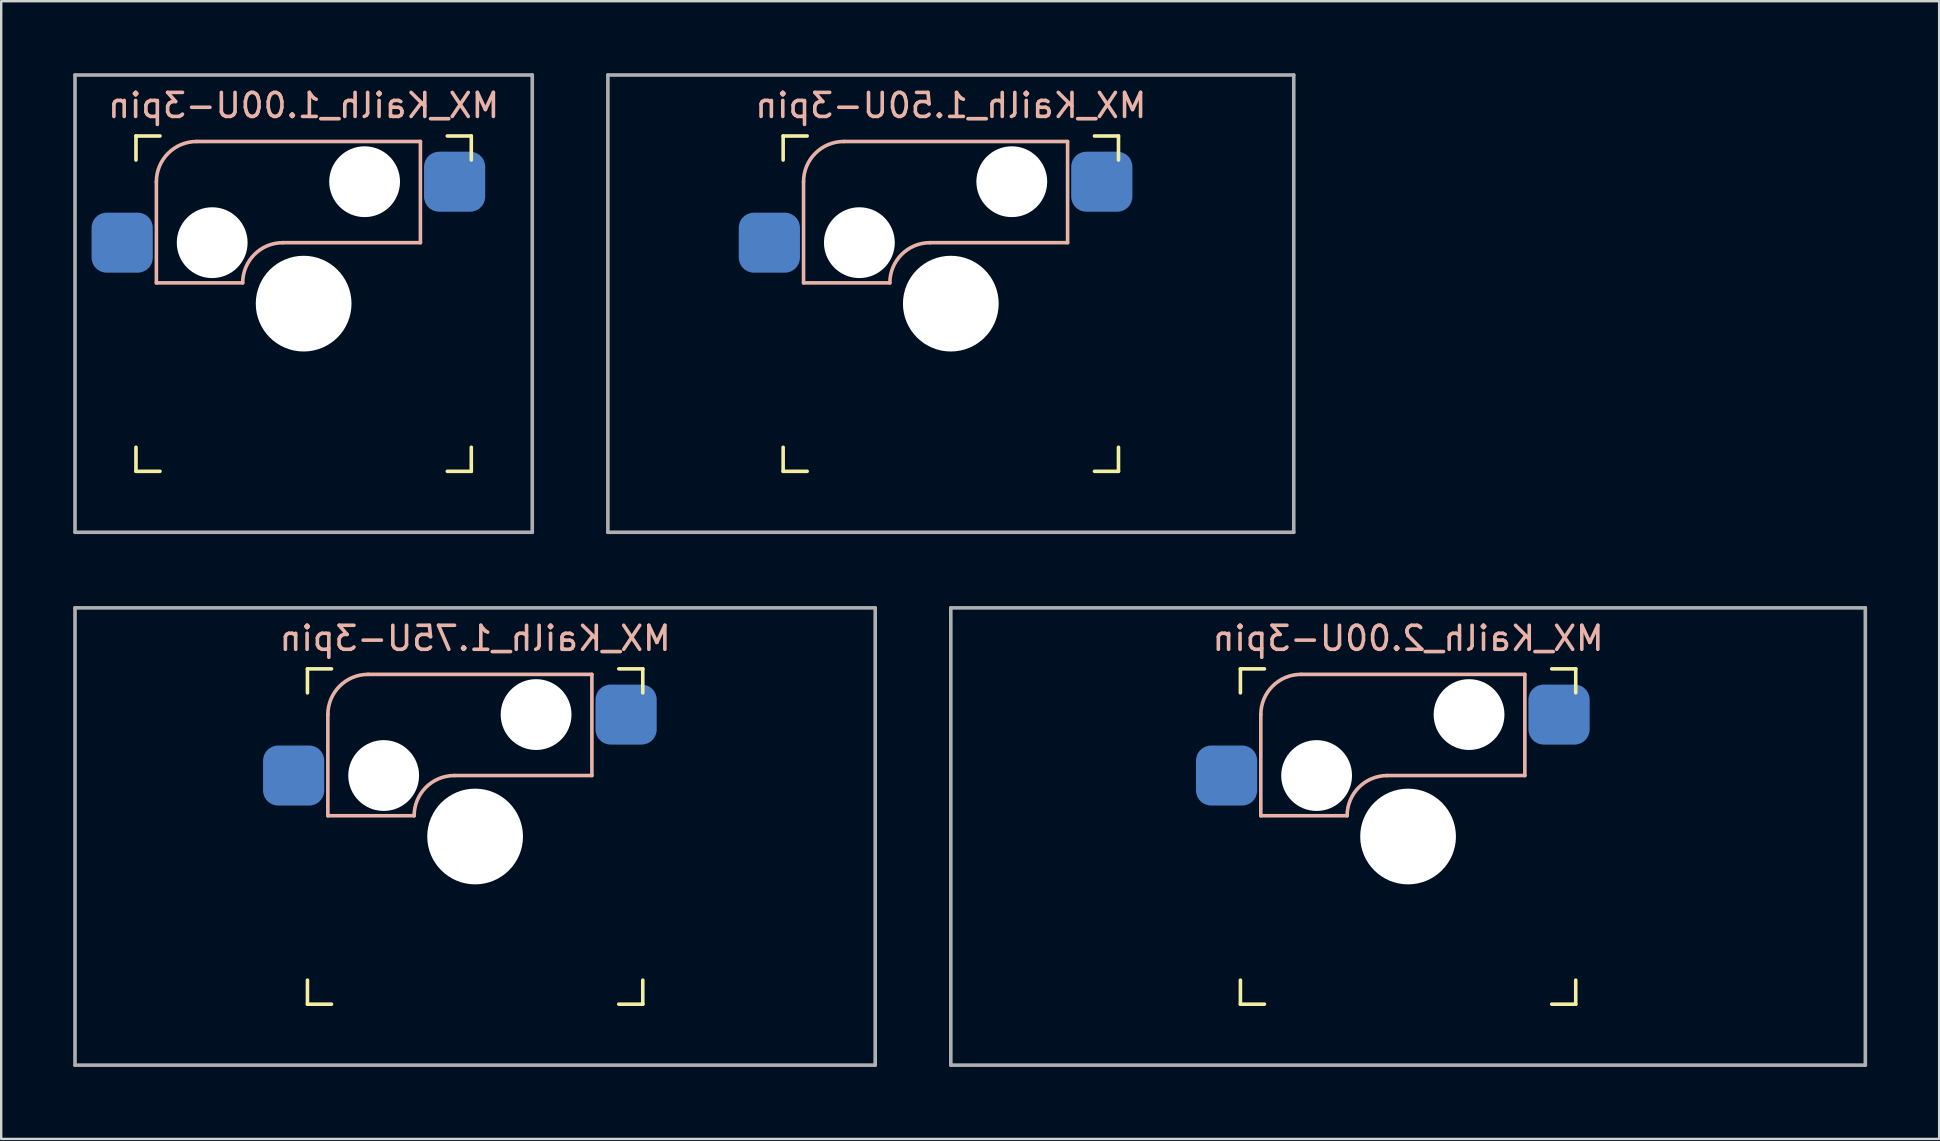
<source format=kicad_pcb>
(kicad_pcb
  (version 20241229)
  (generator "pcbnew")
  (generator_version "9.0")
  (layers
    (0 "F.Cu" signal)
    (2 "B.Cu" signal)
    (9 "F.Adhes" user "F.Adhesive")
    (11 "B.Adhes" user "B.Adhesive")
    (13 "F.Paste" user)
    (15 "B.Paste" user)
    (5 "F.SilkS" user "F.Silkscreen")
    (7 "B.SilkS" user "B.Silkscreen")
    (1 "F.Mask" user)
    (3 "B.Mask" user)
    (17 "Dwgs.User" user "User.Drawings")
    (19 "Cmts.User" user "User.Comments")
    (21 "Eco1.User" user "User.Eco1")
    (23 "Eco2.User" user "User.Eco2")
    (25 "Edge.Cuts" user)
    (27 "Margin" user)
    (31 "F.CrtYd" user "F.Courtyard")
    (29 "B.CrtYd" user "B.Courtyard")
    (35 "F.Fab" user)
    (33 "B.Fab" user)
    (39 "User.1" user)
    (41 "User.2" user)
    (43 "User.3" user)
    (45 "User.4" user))
  (footprint "MX_Kailh_1.00U-3pin"
    (layer "F.Cu")
    (at 9.6 9.6)
    (property "Reference" "MX_Kailh_1.00U-3pin" (at 0 -8.255 0) (layer "B.SilkS") (effects (font (size 1 1) (thickness 0.15)) (justify mirror)))
    (attr smd)
    (fp_line (start -6.985 -5.985) (end -6.985 -6.985) (stroke (width 0.15) (type solid)) (layer "F.SilkS"))
    (fp_line (start -6.985 6.985) (end -6.985 5.985) (stroke (width 0.15) (type solid)) (layer "F.SilkS"))
    (fp_line (start -6.985 6.985) (end -5.985 6.985) (stroke (width 0.15) (type solid)) (layer "F.SilkS"))
    (fp_line (start -5.985 -6.985) (end -6.985 -6.985) (stroke (width 0.15) (type solid)) (layer "F.SilkS"))
    (fp_line (start 5.985 6.985) (end 6.985 6.985) (stroke (width 0.15) (type solid)) (layer "F.SilkS"))
    (fp_line (start 6.985 -6.985) (end 5.985 -6.985) (stroke (width 0.15) (type solid)) (layer "F.SilkS"))
    (fp_line (start 6.985 -6.985) (end 6.985 -5.985) (stroke (width 0.15) (type solid)) (layer "F.SilkS"))
    (fp_line (start 6.985 5.985) (end 6.985 6.985) (stroke (width 0.15) (type solid)) (layer "F.SilkS"))
    (fp_line (start -6.135 -5.08) (end -6.135 -0.865) (stroke (width 0.15) (type solid)) (layer "B.SilkS"))
    (fp_line (start -6.135 -0.865) (end -2.54 -0.865) (stroke (width 0.15) (type solid)) (layer "B.SilkS"))
    (fp_line (start -4.46 -6.755) (end 4.865 -6.755) (stroke (width 0.15) (type solid)) (layer "B.SilkS"))
    (fp_line (start -0.865 -2.54) (end 4.865 -2.54) (stroke (width 0.15) (type solid)) (layer "B.SilkS"))
    (fp_line (start 4.865 -6.755) (end 4.865 -2.54) (stroke (width 0.15) (type solid)) (layer "B.SilkS"))
    (fp_arc (start -6.135 -5.08) (mid -5.644404 -6.264404) (end -4.46 -6.755) (stroke (width 0.15) (type solid)) (layer "B.SilkS"))
    (fp_arc (start -2.54 -0.865) (mid -2.049404 -2.049404) (end -0.865 -2.54) (stroke (width 0.15) (type solid)) (layer "B.SilkS"))
    (fp_line (start -6.985 6.985) (end -6.985 -6.985) (stroke (width 0.15) (type solid)) (layer "Eco2.User"))
    (fp_line (start -6.985 6.985) (end 6.985 6.985) (stroke (width 0.15) (type solid)) (layer "Eco2.User"))
    (fp_line (start 6.985 -6.985) (end -6.985 -6.985) (stroke (width 0.15) (type solid)) (layer "Eco2.User"))
    (fp_line (start 6.985 -6.985) (end 6.985 6.985) (stroke (width 0.15) (type solid)) (layer "Eco2.User"))
    (fp_line (start -9.525 -9.525) (end 9.525 -9.525) (stroke (width 0.15) (type solid)) (layer "F.Fab"))
    (fp_line (start -9.525 9.525) (end -9.525 -9.525) (stroke (width 0.15) (type solid)) (layer "F.Fab"))
    (fp_line (start 9.525 -9.525) (end 9.525 9.525) (stroke (width 0.15) (type solid)) (layer "F.Fab"))
    (fp_line (start 9.525 9.525) (end -9.525 9.525) (stroke (width 0.15) (type solid)) (layer "F.Fab"))
    (pad "" np_thru_hole circle (at -3.81 -2.54) (size 2.95 2.95) (drill 2.95) (layers "*.Cu" "*.Mask"))
    (pad "" np_thru_hole circle (at 0 0) (size 3.988 3.988) (drill 3.988) (layers "*.Cu" "*.Mask"))
    (pad "" np_thru_hole circle (at 2.54 -5.08) (size 2.95 2.95) (drill 2.95) (layers "*.Cu" "*.Mask"))
    (pad "1" smd roundrect (at 6.29 -5.08) (size 2.55 2.5) (layers "B.Cu" "B.Mask" "B.Paste") (roundrect_rratio 0.25))
    (pad "2" smd roundrect (at -7.56 -2.54) (size 2.55 2.5) (layers "B.Cu" "B.Mask" "B.Paste") (roundrect_rratio 0.25)))
  (footprint "MX_Kailh_1.75U-3pin"
    (layer "F.Cu")
    (at 16.744 31.8)
    (property "Reference" "MX_Kailh_1.75U-3pin" (at 0 -8.255 0) (layer "B.SilkS") (effects (font (size 1 1) (thickness 0.15)) (justify mirror)))
    (attr smd)
    (fp_line (start -6.985 -5.985) (end -6.985 -6.985) (stroke (width 0.15) (type solid)) (layer "F.SilkS"))
    (fp_line (start -6.985 6.985) (end -6.985 5.985) (stroke (width 0.15) (type solid)) (layer "F.SilkS"))
    (fp_line (start -6.985 6.985) (end -5.985 6.985) (stroke (width 0.15) (type solid)) (layer "F.SilkS"))
    (fp_line (start -5.985 -6.985) (end -6.985 -6.985) (stroke (width 0.15) (type solid)) (layer "F.SilkS"))
    (fp_line (start 5.985 6.985) (end 6.985 6.985) (stroke (width 0.15) (type solid)) (layer "F.SilkS"))
    (fp_line (start 6.985 -6.985) (end 5.985 -6.985) (stroke (width 0.15) (type solid)) (layer "F.SilkS"))
    (fp_line (start 6.985 -6.985) (end 6.985 -5.985) (stroke (width 0.15) (type solid)) (layer "F.SilkS"))
    (fp_line (start 6.985 5.985) (end 6.985 6.985) (stroke (width 0.15) (type solid)) (layer "F.SilkS"))
    (fp_line (start -6.135 -5.08) (end -6.135 -0.865) (stroke (width 0.15) (type solid)) (layer "B.SilkS"))
    (fp_line (start -6.135 -0.865) (end -2.54 -0.865) (stroke (width 0.15) (type solid)) (layer "B.SilkS"))
    (fp_line (start -4.46 -6.755) (end 4.865 -6.755) (stroke (width 0.15) (type solid)) (layer "B.SilkS"))
    (fp_line (start -0.865 -2.54) (end 4.865 -2.54) (stroke (width 0.15) (type solid)) (layer "B.SilkS"))
    (fp_line (start 4.865 -6.755) (end 4.865 -2.54) (stroke (width 0.15) (type solid)) (layer "B.SilkS"))
    (fp_arc (start -6.135 -5.08) (mid -5.644404 -6.264404) (end -4.46 -6.755) (stroke (width 0.15) (type solid)) (layer "B.SilkS"))
    (fp_arc (start -2.54 -0.865) (mid -2.049404 -2.049404) (end -0.865 -2.54) (stroke (width 0.15) (type solid)) (layer "B.SilkS"))
    (fp_line (start -6.985 6.985) (end -6.985 -6.985) (stroke (width 0.15) (type solid)) (layer "Eco2.User"))
    (fp_line (start -6.985 6.985) (end 6.985 6.985) (stroke (width 0.15) (type solid)) (layer "Eco2.User"))
    (fp_line (start 6.985 -6.985) (end -6.985 -6.985) (stroke (width 0.15) (type solid)) (layer "Eco2.User"))
    (fp_line (start 6.985 -6.985) (end 6.985 6.985) (stroke (width 0.15) (type solid)) (layer "Eco2.User"))
    (fp_line (start -16.669 -9.525) (end 16.669 -9.525) (stroke (width 0.15) (type solid)) (layer "F.Fab"))
    (fp_line (start -16.669 9.525) (end -16.669 -9.525) (stroke (width 0.15) (type solid)) (layer "F.Fab"))
    (fp_line (start 16.669 -9.525) (end 16.669 9.525) (stroke (width 0.15) (type solid)) (layer "F.Fab"))
    (fp_line (start 16.669 9.525) (end -16.669 9.525) (stroke (width 0.15) (type solid)) (layer "F.Fab"))
    (pad "" np_thru_hole circle (at -3.81 -2.54) (size 2.95 2.95) (drill 2.95) (layers "*.Cu" "*.Mask"))
    (pad "" np_thru_hole circle (at 0 0) (size 3.988 3.988) (drill 3.988) (layers "*.Cu" "*.Mask"))
    (pad "" np_thru_hole circle (at 2.54 -5.08) (size 2.95 2.95) (drill 2.95) (layers "*.Cu" "*.Mask"))
    (pad "1" smd roundrect (at 6.29 -5.08) (size 2.55 2.5) (layers "B.Cu" "B.Mask" "B.Paste") (roundrect_rratio 0.25))
    (pad "2" smd roundrect (at -7.56 -2.54) (size 2.55 2.5) (layers "B.Cu" "B.Mask" "B.Paste") (roundrect_rratio 0.25)))
  (footprint "MX_Kailh_2.00U-3pin"
    (layer "F.Cu")
    (at 55.612 31.8)
    (property "Reference" "MX_Kailh_2.00U-3pin" (at 0 -8.255 0) (layer "B.SilkS") (effects (font (size 1 1) (thickness 0.15)) (justify mirror)))
    (attr smd)
    (fp_line (start -6.985 -5.985) (end -6.985 -6.985) (stroke (width 0.15) (type solid)) (layer "F.SilkS"))
    (fp_line (start -6.985 6.985) (end -6.985 5.985) (stroke (width 0.15) (type solid)) (layer "F.SilkS"))
    (fp_line (start -6.985 6.985) (end -5.985 6.985) (stroke (width 0.15) (type solid)) (layer "F.SilkS"))
    (fp_line (start -5.985 -6.985) (end -6.985 -6.985) (stroke (width 0.15) (type solid)) (layer "F.SilkS"))
    (fp_line (start 5.985 6.985) (end 6.985 6.985) (stroke (width 0.15) (type solid)) (layer "F.SilkS"))
    (fp_line (start 6.985 -6.985) (end 5.985 -6.985) (stroke (width 0.15) (type solid)) (layer "F.SilkS"))
    (fp_line (start 6.985 -6.985) (end 6.985 -5.985) (stroke (width 0.15) (type solid)) (layer "F.SilkS"))
    (fp_line (start 6.985 5.985) (end 6.985 6.985) (stroke (width 0.15) (type solid)) (layer "F.SilkS"))
    (fp_line (start -6.135 -5.08) (end -6.135 -0.865) (stroke (width 0.15) (type solid)) (layer "B.SilkS"))
    (fp_line (start -6.135 -0.865) (end -2.54 -0.865) (stroke (width 0.15) (type solid)) (layer "B.SilkS"))
    (fp_line (start -4.46 -6.755) (end 4.865 -6.755) (stroke (width 0.15) (type solid)) (layer "B.SilkS"))
    (fp_line (start -0.865 -2.54) (end 4.865 -2.54) (stroke (width 0.15) (type solid)) (layer "B.SilkS"))
    (fp_line (start 4.865 -6.755) (end 4.865 -2.54) (stroke (width 0.15) (type solid)) (layer "B.SilkS"))
    (fp_arc (start -6.135 -5.08) (mid -5.644404 -6.264404) (end -4.46 -6.755) (stroke (width 0.15) (type solid)) (layer "B.SilkS"))
    (fp_arc (start -2.54 -0.865) (mid -2.049404 -2.049404) (end -0.865 -2.54) (stroke (width 0.15) (type solid)) (layer "B.SilkS"))
    (fp_line (start -6.985 6.985) (end -6.985 -6.985) (stroke (width 0.15) (type solid)) (layer "Eco2.User"))
    (fp_line (start -6.985 6.985) (end 6.985 6.985) (stroke (width 0.15) (type solid)) (layer "Eco2.User"))
    (fp_line (start 6.985 -6.985) (end -6.985 -6.985) (stroke (width 0.15) (type solid)) (layer "Eco2.User"))
    (fp_line (start 6.985 -6.985) (end 6.985 6.985) (stroke (width 0.15) (type solid)) (layer "Eco2.User"))
    (fp_line (start -19.05 -9.525) (end 19.05 -9.525) (stroke (width 0.15) (type solid)) (layer "F.Fab"))
    (fp_line (start -19.05 9.525) (end -19.05 -9.525) (stroke (width 0.15) (type solid)) (layer "F.Fab"))
    (fp_line (start 19.05 -9.525) (end 19.05 9.525) (stroke (width 0.15) (type solid)) (layer "F.Fab"))
    (fp_line (start 19.05 9.525) (end -19.05 9.525) (stroke (width 0.15) (type solid)) (layer "F.Fab"))
    (pad "" np_thru_hole circle (at -3.81 -2.54) (size 2.95 2.95) (drill 2.95) (layers "*.Cu" "*.Mask"))
    (pad "" np_thru_hole circle (at 0 0) (size 3.988 3.988) (drill 3.988) (layers "*.Cu" "*.Mask"))
    (pad "" np_thru_hole circle (at 2.54 -5.08) (size 2.95 2.95) (drill 2.95) (layers "*.Cu" "*.Mask"))
    (pad "1" smd roundrect (at 6.29 -5.08) (size 2.55 2.5) (layers "B.Cu" "B.Mask" "B.Paste") (roundrect_rratio 0.25))
    (pad "2" smd roundrect (at -7.56 -2.54) (size 2.55 2.5) (layers "B.Cu" "B.Mask" "B.Paste") (roundrect_rratio 0.25)))
  (footprint "MX_Kailh_1.50U-3pin"
    (layer "F.Cu")
    (at 36.562 9.6)
    (property "Reference" "MX_Kailh_1.50U-3pin" (at 0 -8.255 0) (layer "B.SilkS") (effects (font (size 1 1) (thickness 0.15)) (justify mirror)))
    (attr smd)
    (fp_line (start -6.985 -5.985) (end -6.985 -6.985) (stroke (width 0.15) (type solid)) (layer "F.SilkS"))
    (fp_line (start -6.985 6.985) (end -6.985 5.985) (stroke (width 0.15) (type solid)) (layer "F.SilkS"))
    (fp_line (start -6.985 6.985) (end -5.985 6.985) (stroke (width 0.15) (type solid)) (layer "F.SilkS"))
    (fp_line (start -5.985 -6.985) (end -6.985 -6.985) (stroke (width 0.15) (type solid)) (layer "F.SilkS"))
    (fp_line (start 5.985 6.985) (end 6.985 6.985) (stroke (width 0.15) (type solid)) (layer "F.SilkS"))
    (fp_line (start 6.985 -6.985) (end 5.985 -6.985) (stroke (width 0.15) (type solid)) (layer "F.SilkS"))
    (fp_line (start 6.985 -6.985) (end 6.985 -5.985) (stroke (width 0.15) (type solid)) (layer "F.SilkS"))
    (fp_line (start 6.985 5.985) (end 6.985 6.985) (stroke (width 0.15) (type solid)) (layer "F.SilkS"))
    (fp_line (start -6.135 -5.08) (end -6.135 -0.865) (stroke (width 0.15) (type solid)) (layer "B.SilkS"))
    (fp_line (start -6.135 -0.865) (end -2.54 -0.865) (stroke (width 0.15) (type solid)) (layer "B.SilkS"))
    (fp_line (start -4.46 -6.755) (end 4.865 -6.755) (stroke (width 0.15) (type solid)) (layer "B.SilkS"))
    (fp_line (start -0.865 -2.54) (end 4.865 -2.54) (stroke (width 0.15) (type solid)) (layer "B.SilkS"))
    (fp_line (start 4.865 -6.755) (end 4.865 -2.54) (stroke (width 0.15) (type solid)) (layer "B.SilkS"))
    (fp_arc (start -6.135 -5.08) (mid -5.644404 -6.264404) (end -4.46 -6.755) (stroke (width 0.15) (type solid)) (layer "B.SilkS"))
    (fp_arc (start -2.54 -0.865) (mid -2.049404 -2.049404) (end -0.865 -2.54) (stroke (width 0.15) (type solid)) (layer "B.SilkS"))
    (fp_line (start -6.985 6.985) (end -6.985 -6.985) (stroke (width 0.15) (type solid)) (layer "Eco2.User"))
    (fp_line (start -6.985 6.985) (end 6.985 6.985) (stroke (width 0.15) (type solid)) (layer "Eco2.User"))
    (fp_line (start 6.985 -6.985) (end -6.985 -6.985) (stroke (width 0.15) (type solid)) (layer "Eco2.User"))
    (fp_line (start 6.985 -6.985) (end 6.985 6.985) (stroke (width 0.15) (type solid)) (layer "Eco2.User"))
    (fp_line (start -14.287 -9.525) (end 14.287 -9.525) (stroke (width 0.15) (type solid)) (layer "F.Fab"))
    (fp_line (start -14.287 9.525) (end -14.287 -9.525) (stroke (width 0.15) (type solid)) (layer "F.Fab"))
    (fp_line (start 14.287 -9.525) (end 14.287 9.525) (stroke (width 0.15) (type solid)) (layer "F.Fab"))
    (fp_line (start 14.287 9.525) (end -14.287 9.525) (stroke (width 0.15) (type solid)) (layer "F.Fab"))
    (pad "" np_thru_hole circle (at -3.81 -2.54) (size 2.95 2.95) (drill 2.95) (layers "*.Cu" "*.Mask"))
    (pad "" np_thru_hole circle (at 0 0) (size 3.988 3.988) (drill 3.988) (layers "*.Cu" "*.Mask"))
    (pad "" np_thru_hole circle (at 2.54 -5.08) (size 2.95 2.95) (drill 2.95) (layers "*.Cu" "*.Mask"))
    (pad "1" smd roundrect (at 6.29 -5.08) (size 2.55 2.5) (layers "B.Cu" "B.Mask" "B.Paste") (roundrect_rratio 0.25))
    (pad "2" smd roundrect (at -7.56 -2.54) (size 2.55 2.5) (layers "B.Cu" "B.Mask" "B.Paste") (roundrect_rratio 0.25)))
  (gr_rect
    (start -3 -3)
    (end 77.737 44.4)
    (stroke (width 0.1) (type default))
    (fill no)
    (layer "Edge.Cuts")))
</source>
